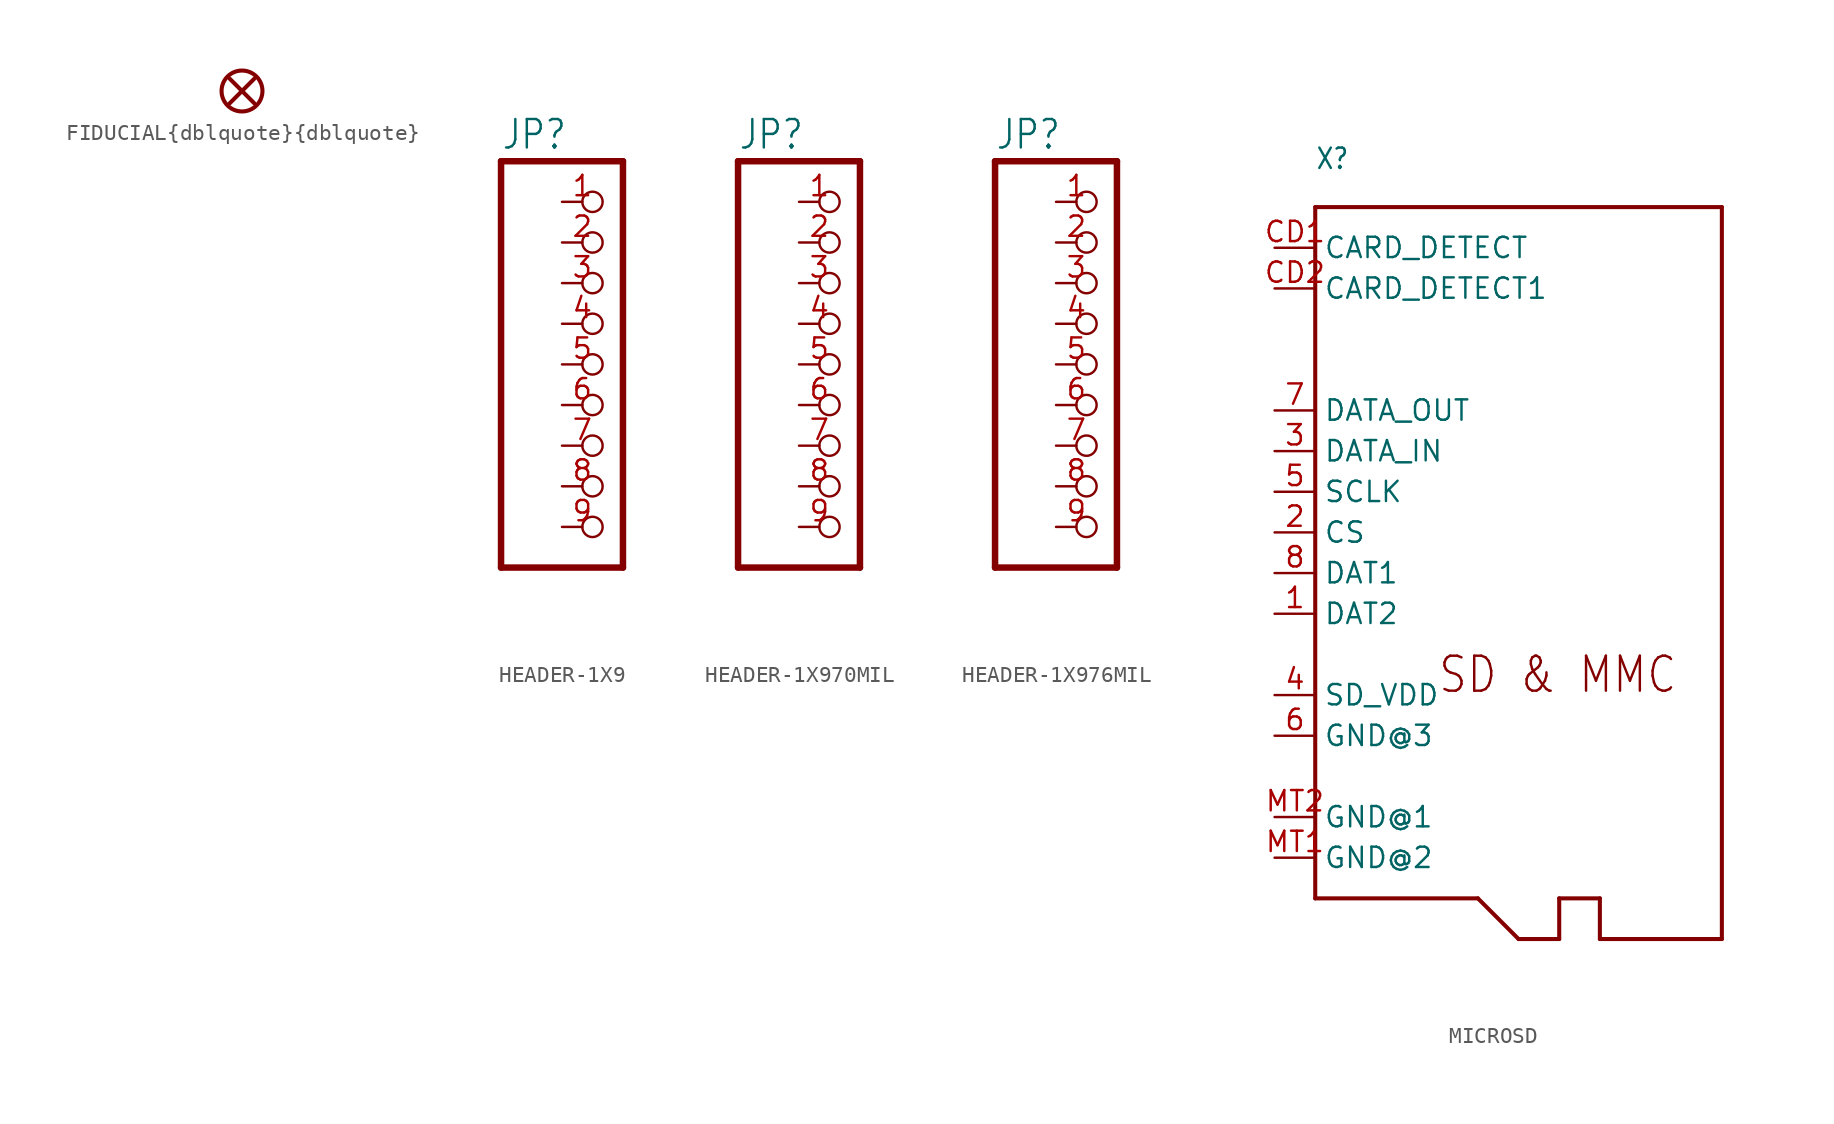
<source format=kicad_sym>
(kicad_symbol_lib
  (version 20220914)
  (generator kicad_symbol_editor)
  (symbol "FIDUCIAL{dblquote}{dblquote}"
    (property "Reference" "FID"
      (at 0 0 0)
      (effects (font (size 1.27 1.27)) hide))
    (property "ki_locked" ""
      (at 0 0 0)
      (effects (font (size 1.27 1.27))))
    (symbol "FIDUCIAL{dblquote}{dblquote}_1_0"
      (polyline (pts (xy -0.762 0.762) (xy 0.762 -0.762)) (stroke (width 0.254) (type solid)) (fill (type none)))
      (polyline (pts (xy 0.762 0.762) (xy -0.762 -0.762)) (stroke (width 0.254) (type solid)) (fill (type none)))
      (circle (center 0 0) (radius 1.27) (stroke (width 0.254) (type solid)) (fill (type none)))))
  (symbol "HEADER-1X9"
    (property "Reference" "JP"
      (at -6.35 13.335 0)
      (effects (font (size 1.778 1.511)) (justify left bottom)))
    (property "Value" ""
      (at -6.35 -15.24 0)
      (effects (font (size 1.778 1.511)) (justify left bottom)))
    (property "ki_locked" ""
      (at 0 0 0)
      (effects (font (size 1.27 1.27))))
    (symbol "HEADER-1X9_1_0"
      (polyline (pts (xy -6.35 -12.7) (xy 1.27 -12.7)) (stroke (width 0.406) (type solid)) (fill (type none)))
      (polyline (pts (xy -6.35 12.7) (xy -6.35 -12.7)) (stroke (width 0.406) (type solid)) (fill (type none)))
      (polyline (pts (xy 1.27 -12.7) (xy 1.27 12.7)) (stroke (width 0.406) (type solid)) (fill (type none)))
      (polyline (pts (xy 1.27 12.7) (xy -6.35 12.7)) (stroke (width 0.406) (type solid)) (fill (type none)))
      (pin passive inverted (at -2.54 10.16 0) (length 2.54) (name "1" (effects (font (size 0 0)))) (number "1" (effects (font (size 1.27 1.27)))))
      (pin passive inverted (at -2.54 7.62 0) (length 2.54) (name "2" (effects (font (size 0 0)))) (number "2" (effects (font (size 1.27 1.27)))))
      (pin passive inverted (at -2.54 5.08 0) (length 2.54) (name "3" (effects (font (size 0 0)))) (number "3" (effects (font (size 1.27 1.27)))))
      (pin passive inverted (at -2.54 2.54 0) (length 2.54) (name "4" (effects (font (size 0 0)))) (number "4" (effects (font (size 1.27 1.27)))))
      (pin passive inverted (at -2.54 0 0) (length 2.54) (name "5" (effects (font (size 0 0)))) (number "5" (effects (font (size 1.27 1.27)))))
      (pin passive inverted (at -2.54 -2.54 0) (length 2.54) (name "6" (effects (font (size 0 0)))) (number "6" (effects (font (size 1.27 1.27)))))
      (pin passive inverted (at -2.54 -5.08 0) (length 2.54) (name "7" (effects (font (size 0 0)))) (number "7" (effects (font (size 1.27 1.27)))))
      (pin passive inverted (at -2.54 -7.62 0) (length 2.54) (name "8" (effects (font (size 0 0)))) (number "8" (effects (font (size 1.27 1.27)))))
      (pin passive inverted (at -2.54 -10.16 0) (length 2.54) (name "9" (effects (font (size 0 0)))) (number "9" (effects (font (size 1.27 1.27)))))))
  (symbol "HEADER-1X970MIL"
    (property "Reference" "JP"
      (at -6.35 13.335 0)
      (effects (font (size 1.778 1.511)) (justify left bottom)))
    (property "Value" ""
      (at -6.35 -15.24 0)
      (effects (font (size 1.778 1.511)) (justify left bottom)))
    (property "ki_locked" ""
      (at 0 0 0)
      (effects (font (size 1.27 1.27))))
    (symbol "HEADER-1X970MIL_1_0"
      (polyline (pts (xy -6.35 -12.7) (xy 1.27 -12.7)) (stroke (width 0.406) (type solid)) (fill (type none)))
      (polyline (pts (xy -6.35 12.7) (xy -6.35 -12.7)) (stroke (width 0.406) (type solid)) (fill (type none)))
      (polyline (pts (xy 1.27 -12.7) (xy 1.27 12.7)) (stroke (width 0.406) (type solid)) (fill (type none)))
      (polyline (pts (xy 1.27 12.7) (xy -6.35 12.7)) (stroke (width 0.406) (type solid)) (fill (type none)))
      (pin passive inverted (at -2.54 10.16 0) (length 2.54) (name "1" (effects (font (size 0 0)))) (number "1" (effects (font (size 1.27 1.27)))))
      (pin passive inverted (at -2.54 7.62 0) (length 2.54) (name "2" (effects (font (size 0 0)))) (number "2" (effects (font (size 1.27 1.27)))))
      (pin passive inverted (at -2.54 5.08 0) (length 2.54) (name "3" (effects (font (size 0 0)))) (number "3" (effects (font (size 1.27 1.27)))))
      (pin passive inverted (at -2.54 2.54 0) (length 2.54) (name "4" (effects (font (size 0 0)))) (number "4" (effects (font (size 1.27 1.27)))))
      (pin passive inverted (at -2.54 0 0) (length 2.54) (name "5" (effects (font (size 0 0)))) (number "5" (effects (font (size 1.27 1.27)))))
      (pin passive inverted (at -2.54 -2.54 0) (length 2.54) (name "6" (effects (font (size 0 0)))) (number "6" (effects (font (size 1.27 1.27)))))
      (pin passive inverted (at -2.54 -5.08 0) (length 2.54) (name "7" (effects (font (size 0 0)))) (number "7" (effects (font (size 1.27 1.27)))))
      (pin passive inverted (at -2.54 -7.62 0) (length 2.54) (name "8" (effects (font (size 0 0)))) (number "8" (effects (font (size 1.27 1.27)))))
      (pin passive inverted (at -2.54 -10.16 0) (length 2.54) (name "9" (effects (font (size 0 0)))) (number "9" (effects (font (size 1.27 1.27)))))))
  (symbol "HEADER-1X976MIL"
    (property "Reference" "JP"
      (at -6.35 13.335 0)
      (effects (font (size 1.778 1.511)) (justify left bottom)))
    (property "Value" ""
      (at -6.35 -15.24 0)
      (effects (font (size 1.778 1.511)) (justify left bottom)))
    (property "ki_locked" ""
      (at 0 0 0)
      (effects (font (size 1.27 1.27))))
    (symbol "HEADER-1X976MIL_1_0"
      (polyline (pts (xy -6.35 -12.7) (xy 1.27 -12.7)) (stroke (width 0.406) (type solid)) (fill (type none)))
      (polyline (pts (xy -6.35 12.7) (xy -6.35 -12.7)) (stroke (width 0.406) (type solid)) (fill (type none)))
      (polyline (pts (xy 1.27 -12.7) (xy 1.27 12.7)) (stroke (width 0.406) (type solid)) (fill (type none)))
      (polyline (pts (xy 1.27 12.7) (xy -6.35 12.7)) (stroke (width 0.406) (type solid)) (fill (type none)))
      (pin passive inverted (at -2.54 10.16 0) (length 2.54) (name "1" (effects (font (size 0 0)))) (number "1" (effects (font (size 1.27 1.27)))))
      (pin passive inverted (at -2.54 7.62 0) (length 2.54) (name "2" (effects (font (size 0 0)))) (number "2" (effects (font (size 1.27 1.27)))))
      (pin passive inverted (at -2.54 5.08 0) (length 2.54) (name "3" (effects (font (size 0 0)))) (number "3" (effects (font (size 1.27 1.27)))))
      (pin passive inverted (at -2.54 2.54 0) (length 2.54) (name "4" (effects (font (size 0 0)))) (number "4" (effects (font (size 1.27 1.27)))))
      (pin passive inverted (at -2.54 0 0) (length 2.54) (name "5" (effects (font (size 0 0)))) (number "5" (effects (font (size 1.27 1.27)))))
      (pin passive inverted (at -2.54 -2.54 0) (length 2.54) (name "6" (effects (font (size 0 0)))) (number "6" (effects (font (size 1.27 1.27)))))
      (pin passive inverted (at -2.54 -5.08 0) (length 2.54) (name "7" (effects (font (size 0 0)))) (number "7" (effects (font (size 1.27 1.27)))))
      (pin passive inverted (at -2.54 -7.62 0) (length 2.54) (name "8" (effects (font (size 0 0)))) (number "8" (effects (font (size 1.27 1.27)))))
      (pin passive inverted (at -2.54 -10.16 0) (length 2.54) (name "9" (effects (font (size 0 0)))) (number "9" (effects (font (size 1.27 1.27)))))))
  (symbol "MICROSD"
    (property "Reference" "X"
      (at -12.7 22.606 0)
      (effects (font (size 1.27 1.079)) (justify left bottom)))
    (property "Value" ""
      (at -12.7 20.828 0)
      (effects (font (size 1.27 1.079)) (justify left bottom)))
    (property "ki_locked" ""
      (at 0 0 0)
      (effects (font (size 1.27 1.27))))
    (symbol "MICROSD_1_0"
      (polyline (pts (xy -12.7 -22.86) (xy -2.54 -22.86)) (stroke (width 0.254) (type solid)) (fill (type none)))
      (polyline (pts (xy -12.7 20.32) (xy -12.7 -22.86)) (stroke (width 0.254) (type solid)) (fill (type none)))
      (polyline (pts (xy -2.54 -22.86) (xy 0 -25.4)) (stroke (width 0.254) (type solid)) (fill (type none)))
      (polyline (pts (xy 0 -25.4) (xy 2.54 -25.4)) (stroke (width 0.254) (type solid)) (fill (type none)))
      (polyline (pts (xy 2.54 -25.4) (xy 2.54 -22.86)) (stroke (width 0.254) (type solid)) (fill (type none)))
      (polyline (pts (xy 2.54 -22.86) (xy 5.08 -22.86)) (stroke (width 0.254) (type solid)) (fill (type none)))
      (polyline (pts (xy 5.08 -25.4) (xy 12.7 -25.4)) (stroke (width 0.254) (type solid)) (fill (type none)))
      (polyline (pts (xy 5.08 -22.86) (xy 5.08 -25.4)) (stroke (width 0.254) (type solid)) (fill (type none)))
      (polyline (pts (xy 12.7 -25.4) (xy 12.7 20.32)) (stroke (width 0.254) (type solid)) (fill (type none)))
      (polyline (pts (xy 12.7 20.32) (xy -12.7 20.32)) (stroke (width 0.254) (type solid)) (fill (type none)))
      (text "SD & MMC" (at -5.08 -10.16 0) (effects (font (size 2.184 1.857)) (justify left bottom)))
      (pin bidirectional line (at -15.24 -5.08 0) (length 2.54) (name "DAT2" (effects (font (size 1.27 1.27)))) (number "1" (effects (font (size 1.27 1.27)))))
      (pin input line (at -15.24 0 0) (length 2.54) (name "CS" (effects (font (size 1.27 1.27)))) (number "2" (effects (font (size 1.27 1.27)))))
      (pin input line (at -15.24 5.08 0) (length 2.54) (name "DATA_IN" (effects (font (size 1.27 1.27)))) (number "3" (effects (font (size 1.27 1.27)))))
      (pin power_in line (at -15.24 -10.16 0) (length 2.54) (name "SD_VDD" (effects (font (size 1.27 1.27)))) (number "4" (effects (font (size 1.27 1.27)))))
      (pin input line (at -15.24 2.54 0) (length 2.54) (name "SCLK" (effects (font (size 1.27 1.27)))) (number "5" (effects (font (size 1.27 1.27)))))
      (pin power_in line (at -15.24 -12.7 0) (length 2.54) (name "GND@3" (effects (font (size 1.27 1.27)))) (number "6" (effects (font (size 1.27 1.27)))))
      (pin output line (at -15.24 7.62 0) (length 2.54) (name "DATA_OUT" (effects (font (size 1.27 1.27)))) (number "7" (effects (font (size 1.27 1.27)))))
      (pin bidirectional line (at -15.24 -2.54 0) (length 2.54) (name "DAT1" (effects (font (size 1.27 1.27)))) (number "8" (effects (font (size 1.27 1.27)))))
      (pin passive line (at -15.24 17.78 0) (length 2.54) (name "CARD_DETECT" (effects (font (size 1.27 1.27)))) (number "CD1" (effects (font (size 1.27 1.27)))))
      (pin passive line (at -15.24 15.24 0) (length 2.54) (name "CARD_DETECT1" (effects (font (size 1.27 1.27)))) (number "CD2" (effects (font (size 1.27 1.27)))))
      (pin power_in line (at -15.24 -20.32 0) (length 2.54) (name "GND@2" (effects (font (size 1.27 1.27)))) (number "MT1" (effects (font (size 1.27 1.27)))))
      (pin power_in line (at -15.24 -17.78 0) (length 2.54) (name "GND@1" (effects (font (size 1.27 1.27)))) (number "MT2" (effects (font (size 1.27 1.27))))))))
</source>
